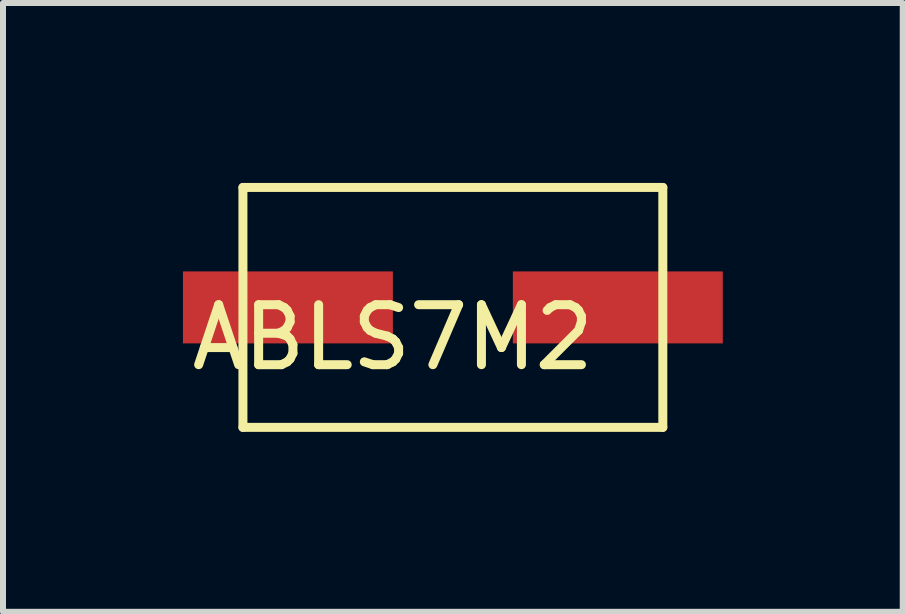
<source format=kicad_pcb>
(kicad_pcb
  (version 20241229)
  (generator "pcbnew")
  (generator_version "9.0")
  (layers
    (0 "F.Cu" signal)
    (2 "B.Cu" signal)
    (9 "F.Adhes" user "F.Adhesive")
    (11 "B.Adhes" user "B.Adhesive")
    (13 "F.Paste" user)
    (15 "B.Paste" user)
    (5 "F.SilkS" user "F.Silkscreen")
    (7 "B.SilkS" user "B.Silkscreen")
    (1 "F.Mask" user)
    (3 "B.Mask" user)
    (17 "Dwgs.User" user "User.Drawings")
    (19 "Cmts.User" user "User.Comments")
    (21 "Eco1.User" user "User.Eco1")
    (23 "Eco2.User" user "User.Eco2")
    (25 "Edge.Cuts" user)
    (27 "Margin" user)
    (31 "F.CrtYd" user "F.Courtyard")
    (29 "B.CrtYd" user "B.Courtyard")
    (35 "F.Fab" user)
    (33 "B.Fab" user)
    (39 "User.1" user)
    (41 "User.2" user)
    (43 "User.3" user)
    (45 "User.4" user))
  (footprint "ABLS7M2"
    (layer "F.Cu")
    (at 4.5 2.075)
    (property "Reference" "ABLS7M2" (at -1 0.5 0) (layer "F.SilkS") (effects (font (size 1 1) (thickness 0.15))))
    (attr through_hole)
    (fp_line (start -3.5 -2) (end 3.5 -2) (stroke (width 0.15) (type solid)) (layer "F.SilkS"))
    (fp_line (start -3.5 2) (end -3.5 -2) (stroke (width 0.15) (type solid)) (layer "F.SilkS"))
    (fp_line (start 3.5 -2) (end 3.5 2) (stroke (width 0.15) (type solid)) (layer "F.SilkS"))
    (fp_line (start 3.5 2) (end -3.5 2) (stroke (width 0.15) (type solid)) (layer "F.SilkS"))
    (pad "1" smd rect (at -1 0) (size 3.5 1.2) (drill (offset -1.75 0)) (layers "F.Cu" "F.Mask" "F.Paste"))
    (pad "2" smd rect (at 2.75 0) (size 3.5 1.2) (layers "F.Cu" "F.Mask" "F.Paste")))
  (gr_rect
    (start -3 -3)
    (end 12 7.15)
    (stroke (width 0.1) (type default))
    (fill no)
    (layer "Edge.Cuts")))
</source>
